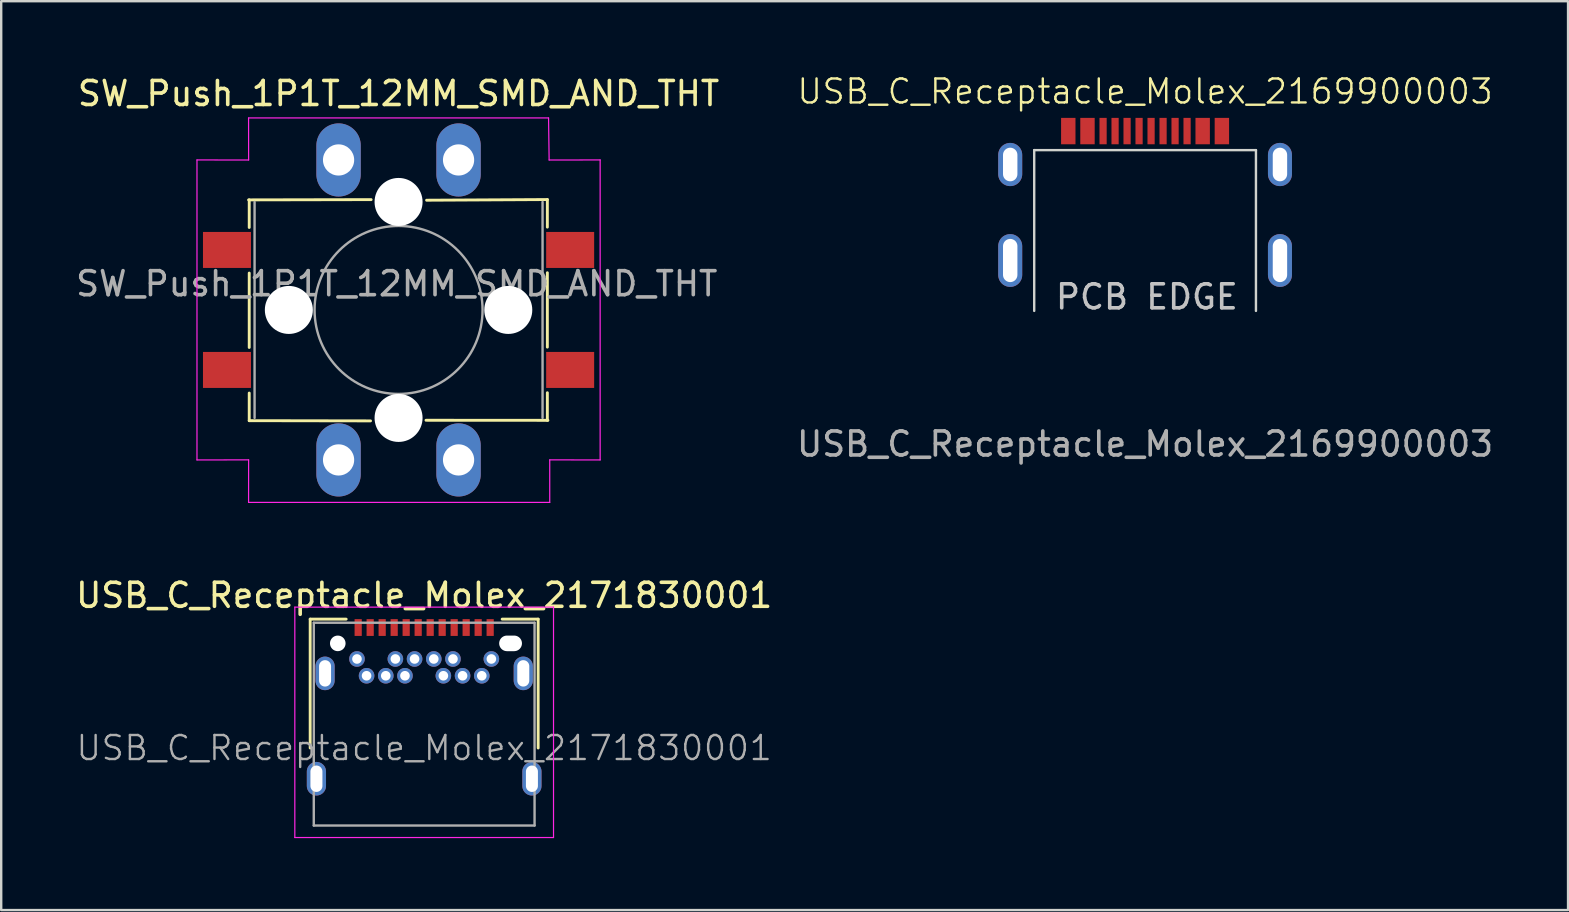
<source format=kicad_pcb>
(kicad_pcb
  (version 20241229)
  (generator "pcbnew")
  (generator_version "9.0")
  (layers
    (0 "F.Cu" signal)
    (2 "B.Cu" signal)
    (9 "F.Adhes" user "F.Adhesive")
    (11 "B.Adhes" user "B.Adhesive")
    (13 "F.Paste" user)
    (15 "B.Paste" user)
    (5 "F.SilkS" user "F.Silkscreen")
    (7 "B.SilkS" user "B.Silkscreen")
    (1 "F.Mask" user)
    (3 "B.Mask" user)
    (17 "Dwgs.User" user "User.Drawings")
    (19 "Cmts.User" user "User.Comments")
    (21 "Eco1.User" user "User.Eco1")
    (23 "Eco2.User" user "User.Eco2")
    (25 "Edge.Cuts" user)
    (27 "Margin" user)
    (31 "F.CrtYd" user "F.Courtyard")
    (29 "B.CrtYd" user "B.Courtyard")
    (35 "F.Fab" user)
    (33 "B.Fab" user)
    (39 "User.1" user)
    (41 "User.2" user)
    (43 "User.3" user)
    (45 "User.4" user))
  (footprint "SW_Push_1P1T_12MM_SMD_AND_THT"
    (layer "F.Cu")
    (at 13.558 9.865)
    (property "Reference" "SW_Push_1P1T_12MM_SMD_AND_THT" (at 0 -9.017 0) (unlocked yes) (layer "F.SilkS") (effects (font (size 1 1) (thickness 0.15))))
    (fp_line (start -6.248 -4.586) (end -1.143 -4.597) (stroke (width 0.12) (type solid)) (layer "F.SilkS"))
    (fp_line (start -6.223 -3.436) (end -6.223 -4.586) (stroke (width 0.12) (type solid)) (layer "F.SilkS"))
    (fp_line (start -6.223 -1.536) (end -6.223 1.564) (stroke (width 0.12) (type solid)) (layer "F.SilkS"))
    (fp_line (start -6.223 3.464) (end -6.223 4.614) (stroke (width 0.12) (type solid)) (layer "F.SilkS"))
    (fp_line (start -6.223 4.614) (end -1.168 4.623) (stroke (width 0.12) (type solid)) (layer "F.SilkS"))
    (fp_line (start 6.2 -4.6) (end 1.168 -4.572) (stroke (width 0.12) (type solid)) (layer "F.SilkS"))
    (fp_line (start 6.2 -3.45) (end 6.2 -4.6) (stroke (width 0.12) (type solid)) (layer "F.SilkS"))
    (fp_line (start 6.2 -1.55) (end 6.2 1.55) (stroke (width 0.12) (type solid)) (layer "F.SilkS"))
    (fp_line (start 6.2 3.45) (end 6.2 4.6) (stroke (width 0.12) (type solid)) (layer "F.SilkS"))
    (fp_line (start 6.223 4.6) (end 1.143 4.597) (stroke (width 0.12) (type solid)) (layer "F.SilkS"))
    (fp_line (start -8.4 6.25) (end -8.4 -6.25) (stroke (width 0.05) (type solid)) (layer "F.CrtYd"))
    (fp_line (start -6.25 -8) (end -6.248 -6.248) (stroke (width 0.05) (type solid)) (layer "F.CrtYd"))
    (fp_line (start -6.25 8.02) (end -6.248 6.248) (stroke (width 0.05) (type solid)) (layer "F.CrtYd"))
    (fp_line (start -6.25 8.02) (end 6.299 8.02) (stroke (width 0.05) (type solid)) (layer "F.CrtYd"))
    (fp_line (start -6.248 -6.248) (end -8.4 -6.25) (stroke (width 0.05) (type solid)) (layer "F.CrtYd"))
    (fp_line (start -6.248 6.248) (end -8.4 6.25) (stroke (width 0.05) (type solid)) (layer "F.CrtYd"))
    (fp_line (start 6.25 -8) (end -6.25 -8) (stroke (width 0.05) (type solid)) (layer "F.CrtYd"))
    (fp_line (start 6.25 -8) (end 6.274 -6.248) (stroke (width 0.05) (type solid)) (layer "F.CrtYd"))
    (fp_line (start 6.274 -6.248) (end 8.4 -6.25) (stroke (width 0.05) (type solid)) (layer "F.CrtYd"))
    (fp_line (start 6.299 6.248) (end 8.4 6.25) (stroke (width 0.05) (type solid)) (layer "F.CrtYd"))
    (fp_line (start 6.299 8.02) (end 6.299 6.248) (stroke (width 0.05) (type solid)) (layer "F.CrtYd"))
    (fp_line (start 8.4 -6.25) (end 8.4 6.25) (stroke (width 0.05) (type solid)) (layer "F.CrtYd"))
    (fp_line (start -6 -4.5) (end -6 4.5) (stroke (width 0.1) (type solid)) (layer "F.Fab"))
    (fp_line (start 6 4.5) (end 6 -4.5) (stroke (width 0.1) (type solid)) (layer "F.Fab"))
    (fp_circle (center 0 0) (end 3.5 0) (stroke (width 0.1) (type solid)) (fill no) (layer "F.Fab"))
    (fp_text user "${REFERENCE}" (at -0.076 -1.092 0) (layer "F.Fab") (effects (font (size 1 1) (thickness 0.15))))
    (pad "" np_thru_hole circle (at -4.572 0 90) (size 2 2) (drill 2) (layers "*.Cu" "*.Mask"))
    (pad "" np_thru_hole circle (at 0 -4.5) (size 2 2) (drill 2) (layers "*.Cu" "*.Mask"))
    (pad "" np_thru_hole circle (at 0 4.5) (size 2 2) (drill 2) (layers "*.Cu" "*.Mask"))
    (pad "" np_thru_hole circle (at 4.572 0 90) (size 2 2) (drill 2) (layers "*.Cu" "*.Mask"))
    (pad "1" smd rect (at -7.15 -2.5) (size 2 1.5) (layers "F.Cu" "F.Mask" "F.Paste"))
    (pad "1" thru_hole oval (at -2.5 -6.25 90) (size 3.048 1.85) (drill 1.3) (layers "*.Cu" "*.Mask"))
    (pad "1" thru_hole oval (at -2.5 6.25 90) (size 3.048 1.85) (drill 1.3) (layers "*.Cu" "*.Mask"))
    (pad "1" smd rect (at 7.15 -2.5) (size 2 1.5) (layers "F.Cu" "F.Mask" "F.Paste"))
    (pad "2" smd rect (at -7.15 2.5) (size 2 1.5) (layers "F.Cu" "F.Mask" "F.Paste"))
    (pad "2" thru_hole oval (at 2.5 -6.25 90) (size 3.048 1.85) (drill 1.3) (layers "*.Cu" "*.Mask"))
    (pad "2" thru_hole oval (at 2.5 6.25 90) (size 3.048 1.85) (drill 1.3) (layers "*.Cu" "*.Mask"))
    (pad "2" smd rect (at 7.15 2.5) (size 2 1.5) (layers "F.Cu" "F.Mask" "F.Paste")))
  (footprint "USB_C_Receptacle_Molex_2169900003"
    (layer "F.Cu")
    (at 44.665 9.905)
    (property "Reference" "USB_C_Receptacle_Molex_2169900003" (at 0 -9.144 0) (unlocked yes) (layer "F.SilkS") (effects (font (size 1 1) (thickness 0.1))))
    (fp_line (start -4.62 -6.7) (end 4.62 -6.7) (stroke (width 0.1) (type default)) (layer "Edge.Cuts"))
    (fp_line (start -4.62 0) (end -4.62 -6.7) (stroke (width 0.1) (type default)) (layer "Edge.Cuts"))
    (fp_line (start 4.62 -6.7) (end 4.62 0) (stroke (width 0.1) (type default)) (layer "Edge.Cuts"))
    (fp_text user "PCB EDGE" (at -3.81 0 0) (unlocked yes) (layer "Dwgs.User") (effects (font (size 1 1) (thickness 0.15)) (justify left bottom)))
    (fp_text user "${REFERENCE}" (at 0 5.548 0) (unlocked yes) (layer "F.Fab") (effects (font (size 1 1) (thickness 0.15))))
    (pad "A1" smd rect (at -3.2 -7.493) (size 0.6 1.1) (layers "F.Cu" "F.Mask" "F.Paste"))
    (pad "A4" smd rect (at -2.4 -7.493) (size 0.6 1.1) (layers "F.Cu" "F.Mask" "F.Paste"))
    (pad "A5" smd rect (at -1.25 -7.493) (size 0.3 1.1) (layers "F.Cu" "F.Mask" "F.Paste"))
    (pad "A6" smd rect (at -0.25 -7.493) (size 0.3 1.1) (layers "F.Cu" "F.Mask" "F.Paste"))
    (pad "A7" smd rect (at 0.25 -7.493) (size 0.3 1.1) (layers "F.Cu" "F.Mask" "F.Paste"))
    (pad "A8" smd rect (at 1.25 -7.493) (size 0.3 1.1) (layers "F.Cu" "F.Mask" "F.Paste"))
    (pad "B1" smd rect (at 3.2 -7.493) (size 0.6 1.1) (layers "F.Cu" "F.Mask" "F.Paste"))
    (pad "B4" smd rect (at 2.4 -7.493) (size 0.6 1.1) (layers "F.Cu" "F.Mask" "F.Paste"))
    (pad "B5" smd rect (at 1.75 -7.493) (size 0.3 1.1) (layers "F.Cu" "F.Mask" "F.Paste"))
    (pad "B6" smd rect (at 0.75 -7.493) (size 0.3 1.1) (layers "F.Cu" "F.Mask" "F.Paste"))
    (pad "B7" smd rect (at -0.75 -7.493) (size 0.3 1.1) (layers "F.Cu" "F.Mask" "F.Paste"))
    (pad "B8" smd rect (at -1.75 -7.493) (size 0.3 1.1) (layers "F.Cu" "F.Mask" "F.Paste"))
    (pad "S1" thru_hole oval (at -5.62 -6.1) (size 1 1.8) (drill oval 0.6 1.4) (layers "*.Cu" "*.Mask"))
    (pad "S1" thru_hole oval (at -5.62 -2.1) (size 1 2.2) (drill oval 0.6 1.8) (layers "*.Cu" "*.Mask"))
    (pad "S1" thru_hole oval (at 5.62 -6.1) (size 1 1.8) (drill oval 0.6 1.4) (layers "*.Cu" "*.Mask"))
    (pad "S1" thru_hole oval (at 5.62 -2.1) (size 1 2.2) (drill oval 0.6 1.8) (layers "*.Cu" "*.Mask")))
  (footprint "USB_C_Receptacle_Molex_2171830001"
    (layer "F.Cu")
    (at 14.625 28.119)
    (property "Reference" "USB_C_Receptacle_Molex_2171830001" (at 0 -6.36 0) (layer "F.SilkS") (effects (font (size 1 1) (thickness 0.15))))
    (attr smd)
    (fp_line (start -4.75 -5.37) (end -4.75 0) (stroke (width 0.12) (type solid)) (layer "F.SilkS"))
    (fp_line (start -4.75 -5.37) (end -3.25 -5.37) (stroke (width 0.12) (type solid)) (layer "F.SilkS"))
    (fp_line (start 3.25 -5.37) (end 4.75 -5.37) (stroke (width 0.12) (type solid)) (layer "F.SilkS"))
    (fp_line (start 4.75 -5.37) (end 4.75 0) (stroke (width 0.12) (type solid)) (layer "F.SilkS"))
    (fp_line (start -5.39 -5.87) (end 5.39 -5.87) (stroke (width 0.05) (type solid)) (layer "F.CrtYd"))
    (fp_line (start -5.39 3.73) (end -5.39 -5.87) (stroke (width 0.05) (type solid)) (layer "F.CrtYd"))
    (fp_line (start 5.39 -5.87) (end 5.39 3.73) (stroke (width 0.05) (type solid)) (layer "F.CrtYd"))
    (fp_line (start 5.39 3.73) (end -5.39 3.73) (stroke (width 0.05) (type solid)) (layer "F.CrtYd"))
    (fp_line (start -4.6 -5.22) (end 4.6 -5.22) (stroke (width 0.1) (type solid)) (layer "F.Fab"))
    (fp_line (start -4.6 3.23) (end -4.6 -5.22) (stroke (width 0.1) (type solid)) (layer "F.Fab"))
    (fp_line (start -4.6 3.23) (end 4.6 3.23) (stroke (width 0.1) (type solid)) (layer "F.Fab"))
    (fp_line (start 4.6 3.23) (end 4.6 -5.22) (stroke (width 0.1) (type solid)) (layer "F.Fab"))
    (fp_text user "${REFERENCE}" (at 0 0 0) (layer "F.Fab") (effects (font (size 1 1) (thickness 0.1))))
    (pad "" np_thru_hole circle (at -3.6 -4.36) (size 0.65 0.65) (drill 0.65) (layers "*.Cu" "*.Mask"))
    (pad "" np_thru_hole oval (at 3.6 -4.36) (size 0.95 0.65) (drill oval 0.95 0.65) (layers "*.Cu" "*.Mask"))
    (pad "A1" smd rect (at -2.75 -5.02) (size 0.3 0.7) (layers "F.Cu" "F.Mask" "F.Paste"))
    (pad "A2" smd rect (at -2.25 -5.02) (size 0.3 0.7) (layers "F.Cu" "F.Mask" "F.Paste"))
    (pad "A3" smd rect (at -1.75 -5.02) (size 0.3 0.7) (layers "F.Cu" "F.Mask" "F.Paste"))
    (pad "A4" smd rect (at -1.25 -5.02) (size 0.3 0.7) (layers "F.Cu" "F.Mask" "F.Paste"))
    (pad "A5" smd rect (at -0.75 -5.02) (size 0.3 0.7) (layers "F.Cu" "F.Mask" "F.Paste"))
    (pad "A6" smd rect (at -0.25 -5.02) (size 0.3 0.7) (layers "F.Cu" "F.Mask" "F.Paste"))
    (pad "A7" smd rect (at 0.25 -5.02) (size 0.3 0.7) (layers "F.Cu" "F.Mask" "F.Paste"))
    (pad "A8" smd rect (at 0.75 -5.02) (size 0.3 0.7) (layers "F.Cu" "F.Mask" "F.Paste"))
    (pad "A9" smd rect (at 1.25 -5.02) (size 0.3 0.7) (layers "F.Cu" "F.Mask" "F.Paste"))
    (pad "A10" smd rect (at 1.75 -5.02) (size 0.3 0.7) (layers "F.Cu" "F.Mask" "F.Paste"))
    (pad "A11" smd rect (at 2.25 -5.02) (size 0.3 0.7) (layers "F.Cu" "F.Mask" "F.Paste"))
    (pad "A12" smd rect (at 2.75 -5.02) (size 0.3 0.7) (layers "F.Cu" "F.Mask" "F.Paste"))
    (pad "B1" thru_hole circle (at 2.8 -3.71) (size 0.65 0.65) (drill 0.4) (layers "*.Cu" "*.Mask"))
    (pad "B2" thru_hole circle (at 2.4 -3.01) (size 0.65 0.65) (drill 0.4) (layers "*.Cu" "*.Mask"))
    (pad "B3" thru_hole circle (at 1.6 -3.01) (size 0.65 0.65) (drill 0.4) (layers "*.Cu" "*.Mask"))
    (pad "B4" thru_hole circle (at 1.2 -3.71) (size 0.65 0.65) (drill 0.4) (layers "*.Cu" "*.Mask"))
    (pad "B5" thru_hole circle (at 0.8 -3.01) (size 0.65 0.65) (drill 0.4) (layers "*.Cu" "*.Mask"))
    (pad "B6" thru_hole circle (at 0.4 -3.71) (size 0.65 0.65) (drill 0.4) (layers "*.Cu" "*.Mask"))
    (pad "B7" thru_hole circle (at -0.4 -3.71) (size 0.65 0.65) (drill 0.4) (layers "*.Cu" "*.Mask"))
    (pad "B8" thru_hole circle (at -0.8 -3.01) (size 0.65 0.65) (drill 0.4) (layers "*.Cu" "*.Mask"))
    (pad "B9" thru_hole circle (at -1.2 -3.71) (size 0.65 0.65) (drill 0.4) (layers "*.Cu" "*.Mask"))
    (pad "B10" thru_hole circle (at -1.6 -3.01) (size 0.65 0.65) (drill 0.4) (layers "*.Cu" "*.Mask"))
    (pad "B11" thru_hole circle (at -2.4 -3.01) (size 0.65 0.65) (drill 0.4) (layers "*.Cu" "*.Mask"))
    (pad "B12" thru_hole circle (at -2.8 -3.71) (size 0.65 0.65) (drill 0.4) (layers "*.Cu" "*.Mask"))
    (pad "S1" thru_hole oval (at -4.49 1.28) (size 0.8 1.4) (drill oval 0.5 1.1) (layers "*.Cu" "*.Mask"))
    (pad "S1" thru_hole oval (at -4.13 -3.11) (size 0.8 1.4) (drill oval 0.5 1.1) (layers "*.Cu" "*.Mask"))
    (pad "S1" thru_hole oval (at 4.13 -3.11) (size 0.8 1.4) (drill oval 0.5 1.1) (layers "*.Cu" "*.Mask"))
    (pad "S1" thru_hole oval (at 4.49 1.28) (size 0.8 1.4) (drill oval 0.5 1.1) (layers "*.Cu" "*.Mask")))
  (gr_rect
    (start -3 -3)
    (end 62.29 34.873)
    (stroke (width 0.1) (type default))
    (fill no)
    (layer "Edge.Cuts")))
</source>
